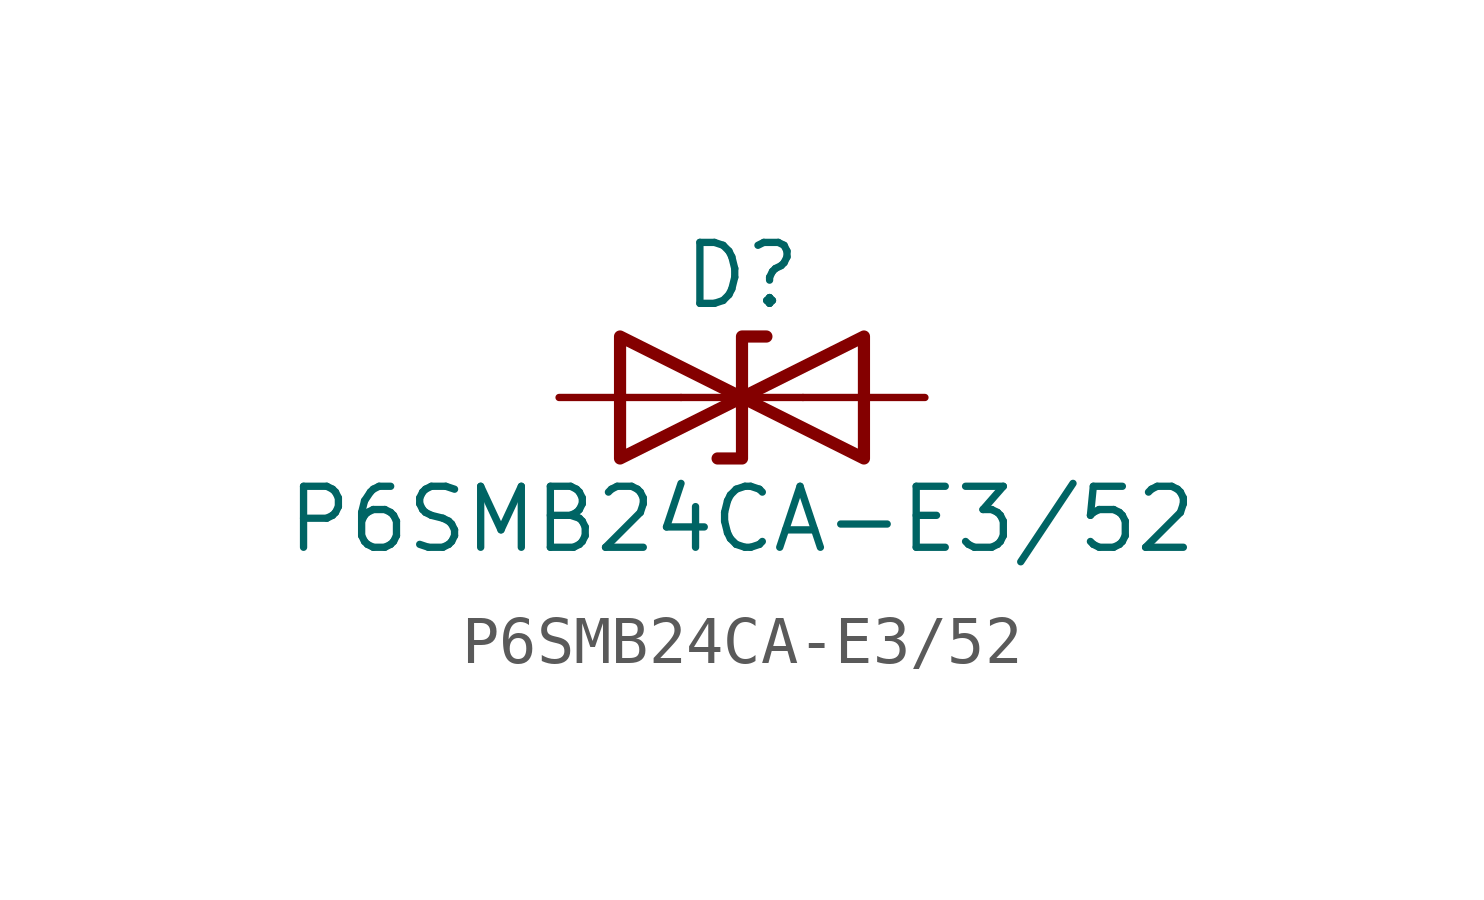
<source format=kicad_sym>
(kicad_symbol_lib
  (version 20241209)
  (generator "kicad_symbol_editor")
  (generator_version "9.0")
  (symbol "P6SMB24CA-E3/52"
    (pin_numbers
      (hide yes))
    (pin_names
      (offset 1.016)
      (hide yes))
    (property "Reference" "D"
      (at 0 2.54 0)
      (effects (font (size 1.27 1.27))))
    (property "Value" "P6SMB24CA-E3/52"
      (at 0 -2.54 0)
      (effects (font (size 1.27 1.27))))
    (symbol "P6SMB24CA-E3/52_0_1"
      (polyline (pts (xy -2.54 1.27) (xy -2.54 -1.27) (xy 2.54 1.27) (xy 2.54 -1.27) (xy -2.54 1.27)) (stroke (width 0.254) (type default)) (fill (type none)))
      (polyline (pts (xy 0.508 1.27) (xy 0 1.27) (xy 0 -1.27) (xy -0.508 -1.27)) (stroke (width 0.254) (type default)) (fill (type none)))
      (polyline (pts (xy 1.27 0) (xy -1.27 0)) (stroke (width 0) (type default)) (fill (type none))))
    (symbol "P6SMB24CA-E3/52_1_1"
      (pin passive line (at -3.81 0 0) (length 2.54) (name "A1" (effects (font (size 1.27 1.27)))) (number "1" (effects (font (size 1.27 1.27)))))
      (pin passive line (at 3.81 0 180) (length 2.54) (name "A2" (effects (font (size 1.27 1.27)))) (number "2" (effects (font (size 1.27 1.27))))))))
</source>
